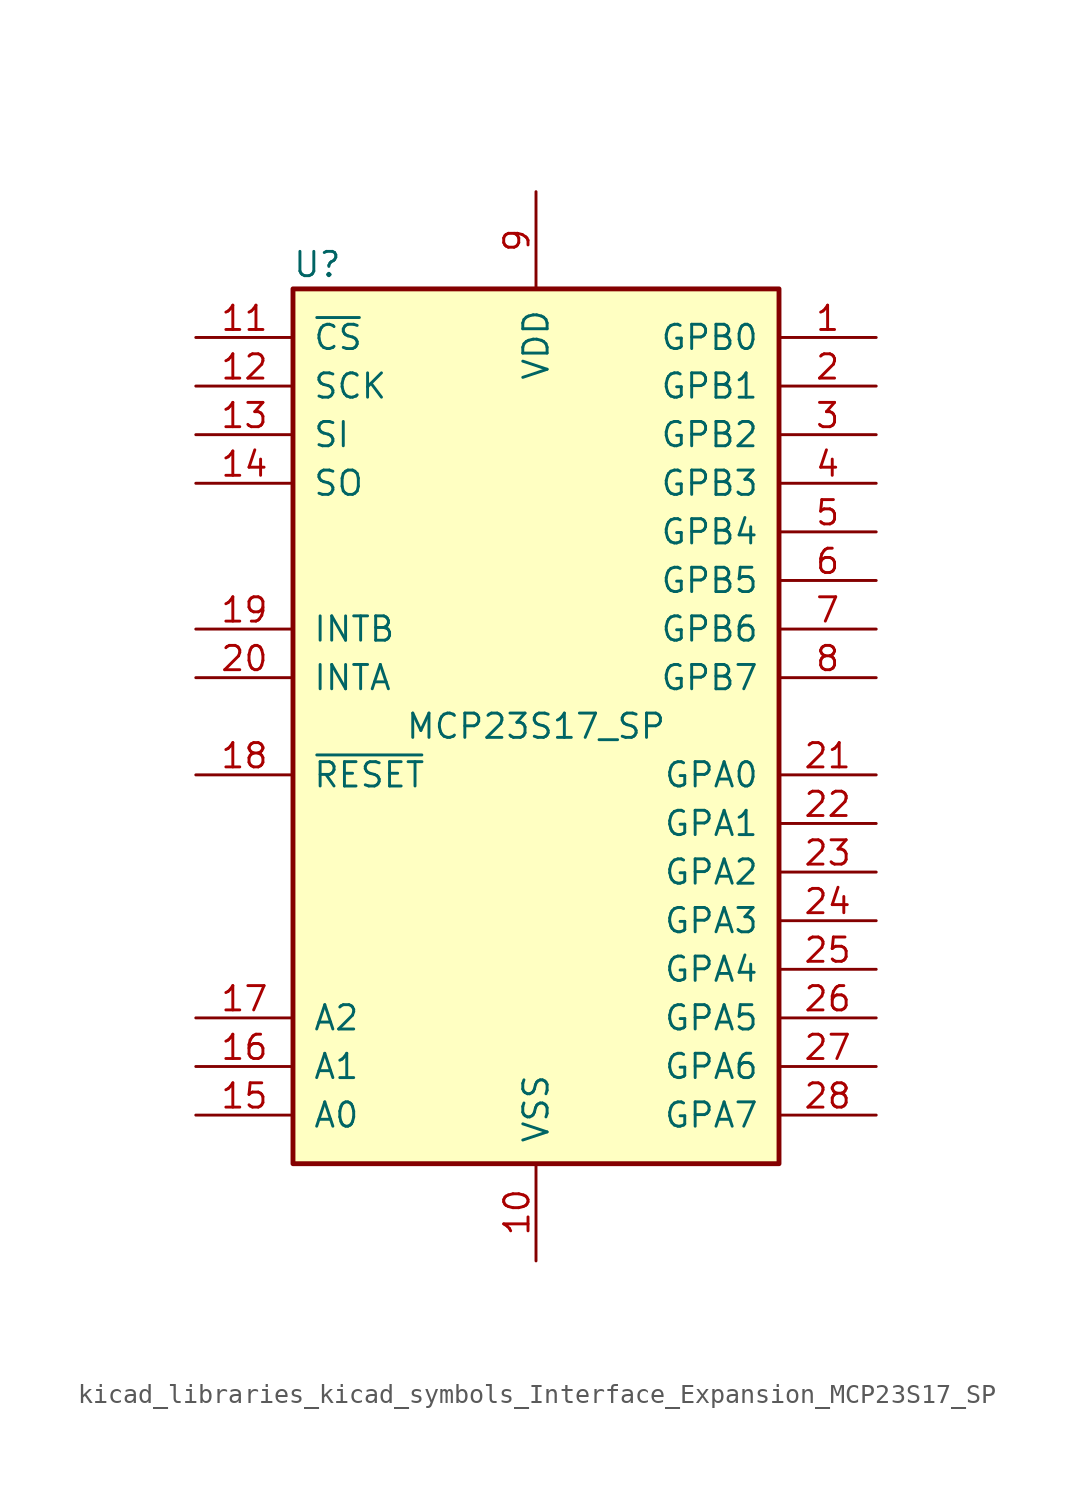
<source format=kicad_sym>
(kicad_symbol_lib
  (version 20220914)
  (generator kicad_symbol_editor)
  (symbol "kicad_libraries_kicad_symbols_Interface_Expansion_MCP23S17_SP"
    (pin_names
      (offset 1.016))
    (property "Reference" "U"
      (at -11.43 24.13 0)
      (effects (font (size 1.27 1.27))))
    (property "Value" "MCP23S17_SP"
      (at 0 0 0)
      (effects (font (size 1.27 1.27))))
    (symbol "kicad_libraries_kicad_symbols_Interface_Expansion_MCP23S17_SP_0_1"
      (rectangle (start -12.7 22.86) (end 12.7 -22.86) (stroke (width 0.254) (type default)) (fill (type background))))
    (symbol "kicad_libraries_kicad_symbols_Interface_Expansion_MCP23S17_SP_1_1"
      (pin bidirectional line (at 17.78 20.32 180) (length 5.08) (name "GPB0" (effects (font (size 1.27 1.27)))) (number "1" (effects (font (size 1.27 1.27)))))
      (pin power_in line (at 0 -27.94 90) (length 5.08) (name "VSS" (effects (font (size 1.27 1.27)))) (number "10" (effects (font (size 1.27 1.27)))))
      (pin input line (at -17.78 20.32 0) (length 5.08) (name "~{CS}" (effects (font (size 1.27 1.27)))) (number "11" (effects (font (size 1.27 1.27)))))
      (pin input line (at -17.78 17.78 0) (length 5.08) (name "SCK" (effects (font (size 1.27 1.27)))) (number "12" (effects (font (size 1.27 1.27)))))
      (pin input line (at -17.78 15.24 0) (length 5.08) (name "SI" (effects (font (size 1.27 1.27)))) (number "13" (effects (font (size 1.27 1.27)))))
      (pin output line (at -17.78 12.7 0) (length 5.08) (name "SO" (effects (font (size 1.27 1.27)))) (number "14" (effects (font (size 1.27 1.27)))))
      (pin input line (at -17.78 -20.32 0) (length 5.08) (name "A0" (effects (font (size 1.27 1.27)))) (number "15" (effects (font (size 1.27 1.27)))))
      (pin input line (at -17.78 -17.78 0) (length 5.08) (name "A1" (effects (font (size 1.27 1.27)))) (number "16" (effects (font (size 1.27 1.27)))))
      (pin input line (at -17.78 -15.24 0) (length 5.08) (name "A2" (effects (font (size 1.27 1.27)))) (number "17" (effects (font (size 1.27 1.27)))))
      (pin input line (at -17.78 -2.54 0) (length 5.08) (name "~{RESET}" (effects (font (size 1.27 1.27)))) (number "18" (effects (font (size 1.27 1.27)))))
      (pin tri_state line (at -17.78 5.08 0) (length 5.08) (name "INTB" (effects (font (size 1.27 1.27)))) (number "19" (effects (font (size 1.27 1.27)))))
      (pin bidirectional line (at 17.78 17.78 180) (length 5.08) (name "GPB1" (effects (font (size 1.27 1.27)))) (number "2" (effects (font (size 1.27 1.27)))))
      (pin tri_state line (at -17.78 2.54 0) (length 5.08) (name "INTA" (effects (font (size 1.27 1.27)))) (number "20" (effects (font (size 1.27 1.27)))))
      (pin bidirectional line (at 17.78 -2.54 180) (length 5.08) (name "GPA0" (effects (font (size 1.27 1.27)))) (number "21" (effects (font (size 1.27 1.27)))))
      (pin bidirectional line (at 17.78 -5.08 180) (length 5.08) (name "GPA1" (effects (font (size 1.27 1.27)))) (number "22" (effects (font (size 1.27 1.27)))))
      (pin bidirectional line (at 17.78 -7.62 180) (length 5.08) (name "GPA2" (effects (font (size 1.27 1.27)))) (number "23" (effects (font (size 1.27 1.27)))))
      (pin bidirectional line (at 17.78 -10.16 180) (length 5.08) (name "GPA3" (effects (font (size 1.27 1.27)))) (number "24" (effects (font (size 1.27 1.27)))))
      (pin bidirectional line (at 17.78 -12.7 180) (length 5.08) (name "GPA4" (effects (font (size 1.27 1.27)))) (number "25" (effects (font (size 1.27 1.27)))))
      (pin bidirectional line (at 17.78 -15.24 180) (length 5.08) (name "GPA5" (effects (font (size 1.27 1.27)))) (number "26" (effects (font (size 1.27 1.27)))))
      (pin bidirectional line (at 17.78 -17.78 180) (length 5.08) (name "GPA6" (effects (font (size 1.27 1.27)))) (number "27" (effects (font (size 1.27 1.27)))))
      (pin bidirectional line (at 17.78 -20.32 180) (length 5.08) (name "GPA7" (effects (font (size 1.27 1.27)))) (number "28" (effects (font (size 1.27 1.27)))))
      (pin bidirectional line (at 17.78 15.24 180) (length 5.08) (name "GPB2" (effects (font (size 1.27 1.27)))) (number "3" (effects (font (size 1.27 1.27)))))
      (pin bidirectional line (at 17.78 12.7 180) (length 5.08) (name "GPB3" (effects (font (size 1.27 1.27)))) (number "4" (effects (font (size 1.27 1.27)))))
      (pin bidirectional line (at 17.78 10.16 180) (length 5.08) (name "GPB4" (effects (font (size 1.27 1.27)))) (number "5" (effects (font (size 1.27 1.27)))))
      (pin bidirectional line (at 17.78 7.62 180) (length 5.08) (name "GPB5" (effects (font (size 1.27 1.27)))) (number "6" (effects (font (size 1.27 1.27)))))
      (pin bidirectional line (at 17.78 5.08 180) (length 5.08) (name "GPB6" (effects (font (size 1.27 1.27)))) (number "7" (effects (font (size 1.27 1.27)))))
      (pin bidirectional line (at 17.78 2.54 180) (length 5.08) (name "GPB7" (effects (font (size 1.27 1.27)))) (number "8" (effects (font (size 1.27 1.27)))))
      (pin power_in line (at 0 27.94 270) (length 5.08) (name "VDD" (effects (font (size 1.27 1.27)))) (number "9" (effects (font (size 1.27 1.27))))))))
</source>
